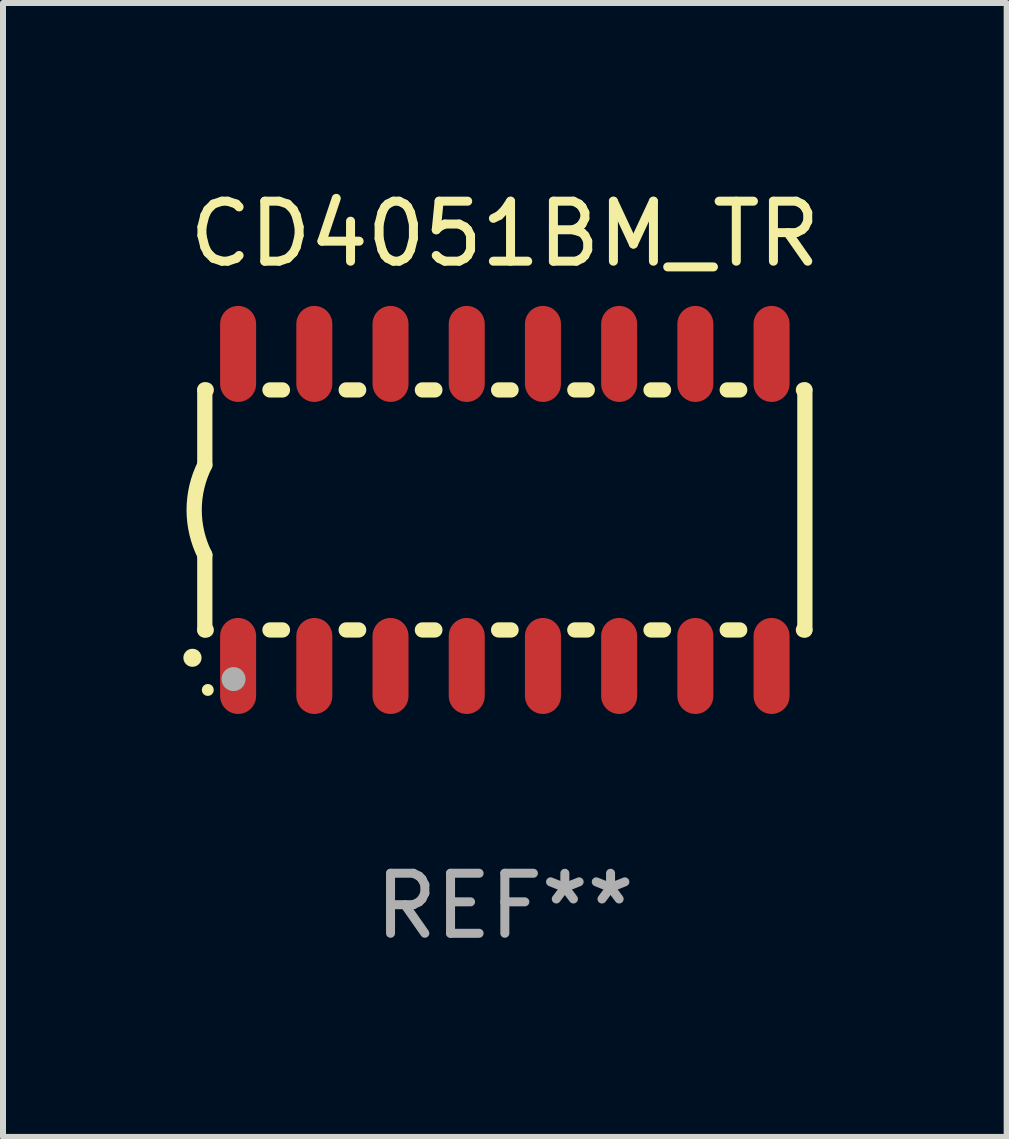
<source format=kicad_pcb>
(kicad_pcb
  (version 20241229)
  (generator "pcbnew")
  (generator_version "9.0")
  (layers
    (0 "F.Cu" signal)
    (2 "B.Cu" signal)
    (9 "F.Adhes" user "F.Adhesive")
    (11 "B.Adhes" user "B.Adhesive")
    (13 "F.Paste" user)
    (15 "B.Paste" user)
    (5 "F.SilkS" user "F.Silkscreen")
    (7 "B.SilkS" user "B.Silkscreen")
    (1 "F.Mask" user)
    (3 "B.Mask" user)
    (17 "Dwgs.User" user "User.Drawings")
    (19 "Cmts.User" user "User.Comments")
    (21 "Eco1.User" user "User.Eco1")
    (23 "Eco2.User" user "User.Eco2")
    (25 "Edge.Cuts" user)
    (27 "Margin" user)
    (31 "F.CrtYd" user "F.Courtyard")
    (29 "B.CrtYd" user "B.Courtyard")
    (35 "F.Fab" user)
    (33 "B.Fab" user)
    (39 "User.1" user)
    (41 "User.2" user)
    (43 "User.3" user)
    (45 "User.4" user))
  (footprint "CD4051BM_TR"
    (layer "F.Cu")
    (at 5.363 5.448)
    (property "Reference" "CD4051BM_TR" (at 0 -4.6 0) (layer "F.SilkS") (effects (font (size 1 1) (thickness 0.15))))
    (attr through_hole)
    (fp_line (start -5 -2) (end -5 -0.75) (stroke (width 0.254) (type solid)) (layer "F.SilkS"))
    (fp_line (start -5 -2) (end -4.976 -2) (stroke (width 0.254) (type solid)) (layer "F.SilkS"))
    (fp_line (start -5 2) (end -5 0.75) (stroke (width 0.254) (type solid)) (layer "F.SilkS"))
    (fp_line (start -5 2) (end -4.976 2) (stroke (width 0.254) (type solid)) (layer "F.SilkS"))
    (fp_line (start -3.914 -2) (end -3.706 -2) (stroke (width 0.254) (type solid)) (layer "F.SilkS"))
    (fp_line (start -3.914 2) (end -3.706 2) (stroke (width 0.254) (type solid)) (layer "F.SilkS"))
    (fp_line (start -2.644 -2) (end -2.436 -2) (stroke (width 0.254) (type solid)) (layer "F.SilkS"))
    (fp_line (start -2.644 2) (end -2.436 2) (stroke (width 0.254) (type solid)) (layer "F.SilkS"))
    (fp_line (start -1.374 -2) (end -1.166 -2) (stroke (width 0.254) (type solid)) (layer "F.SilkS"))
    (fp_line (start -1.374 2) (end -1.166 2) (stroke (width 0.254) (type solid)) (layer "F.SilkS"))
    (fp_line (start -0.104 -2) (end 0.104 -2) (stroke (width 0.254) (type solid)) (layer "F.SilkS"))
    (fp_line (start -0.104 2) (end 0.104 2) (stroke (width 0.254) (type solid)) (layer "F.SilkS"))
    (fp_line (start 1.166 -2) (end 1.374 -2) (stroke (width 0.254) (type solid)) (layer "F.SilkS"))
    (fp_line (start 1.166 2) (end 1.374 2) (stroke (width 0.254) (type solid)) (layer "F.SilkS"))
    (fp_line (start 2.436 -2) (end 2.644 -2) (stroke (width 0.254) (type solid)) (layer "F.SilkS"))
    (fp_line (start 2.436 2) (end 2.644 2) (stroke (width 0.254) (type solid)) (layer "F.SilkS"))
    (fp_line (start 3.706 -2) (end 3.914 -2) (stroke (width 0.254) (type solid)) (layer "F.SilkS"))
    (fp_line (start 3.706 2) (end 3.914 2) (stroke (width 0.254) (type solid)) (layer "F.SilkS"))
    (fp_line (start 4.976 -2) (end 5 -2) (stroke (width 0.254) (type solid)) (layer "F.SilkS"))
    (fp_line (start 4.976 2) (end 5 2) (stroke (width 0.254) (type solid)) (layer "F.SilkS"))
    (fp_line (start 5 2) (end 5 -2) (stroke (width 0.254) (type solid)) (layer "F.SilkS"))
    (fp_arc (start -5.20701 2.46383) (mid -5.20574 2.463825) (end -5.20447 2.46383) (stroke (width 0.3) (type solid)) (layer "F.SilkS"))
    (fp_arc (start -5 0.751207) (mid -5.177192 0.00061) (end -5 -0.749987) (stroke (width 0.254001) (type solid)) (layer "F.SilkS"))
    (fp_circle (center -4.95 3) (end -4.9 3) (stroke (width 0.1) (type solid)) (fill no) (layer "F.SilkS"))
    (fp_circle (center -4.521 2.819) (end -4.421 2.819) (stroke (width 0.2) (type solid)) (fill no) (layer "F.Fab"))
    (fp_text user "REF**" (at 0 6.6 0) (layer "F.Fab") (effects (font (size 1 1) (thickness 0.15))))
    (pad "1" smd oval (at -4.445 2.6 180) (size 0.6 1.6) (layers "F.Cu" "F.Mask" "F.Paste"))
    (pad "2" smd oval (at -3.175 2.6 180) (size 0.6 1.6) (layers "F.Cu" "F.Mask" "F.Paste"))
    (pad "3" smd oval (at -1.905 2.6 180) (size 0.6 1.6) (layers "F.Cu" "F.Mask" "F.Paste"))
    (pad "4" smd oval (at -0.635 2.6 180) (size 0.6 1.6) (layers "F.Cu" "F.Mask" "F.Paste"))
    (pad "5" smd oval (at 0.635 2.6 180) (size 0.6 1.6) (layers "F.Cu" "F.Mask" "F.Paste"))
    (pad "6" smd oval (at 1.905 2.6 180) (size 0.6 1.6) (layers "F.Cu" "F.Mask" "F.Paste"))
    (pad "7" smd oval (at 3.175 2.6 180) (size 0.6 1.6) (layers "F.Cu" "F.Mask" "F.Paste"))
    (pad "8" smd oval (at 4.445 2.6 180) (size 0.6 1.6) (layers "F.Cu" "F.Mask" "F.Paste"))
    (pad "9" smd oval (at 4.445 -2.6 180) (size 0.6 1.6) (layers "F.Cu" "F.Mask" "F.Paste"))
    (pad "10" smd oval (at 3.175 -2.6 180) (size 0.6 1.6) (layers "F.Cu" "F.Mask" "F.Paste"))
    (pad "11" smd oval (at 1.905 -2.6 180) (size 0.6 1.6) (layers "F.Cu" "F.Mask" "F.Paste"))
    (pad "12" smd oval (at 0.635 -2.6 180) (size 0.6 1.6) (layers "F.Cu" "F.Mask" "F.Paste"))
    (pad "13" smd oval (at -0.635 -2.6 180) (size 0.6 1.6) (layers "F.Cu" "F.Mask" "F.Paste"))
    (pad "14" smd oval (at -1.905 -2.6 180) (size 0.6 1.6) (layers "F.Cu" "F.Mask" "F.Paste"))
    (pad "15" smd oval (at -3.175 -2.6 180) (size 0.6 1.6) (layers "F.Cu" "F.Mask" "F.Paste"))
    (pad "16" smd oval (at -4.445 -2.6 180) (size 0.6 1.6) (layers "F.Cu" "F.Mask" "F.Paste")))
  (gr_rect
    (start -3 -3)
    (end 13.726 15.897)
    (stroke (width 0.1) (type default))
    (fill no)
    (layer "Edge.Cuts")))
</source>
